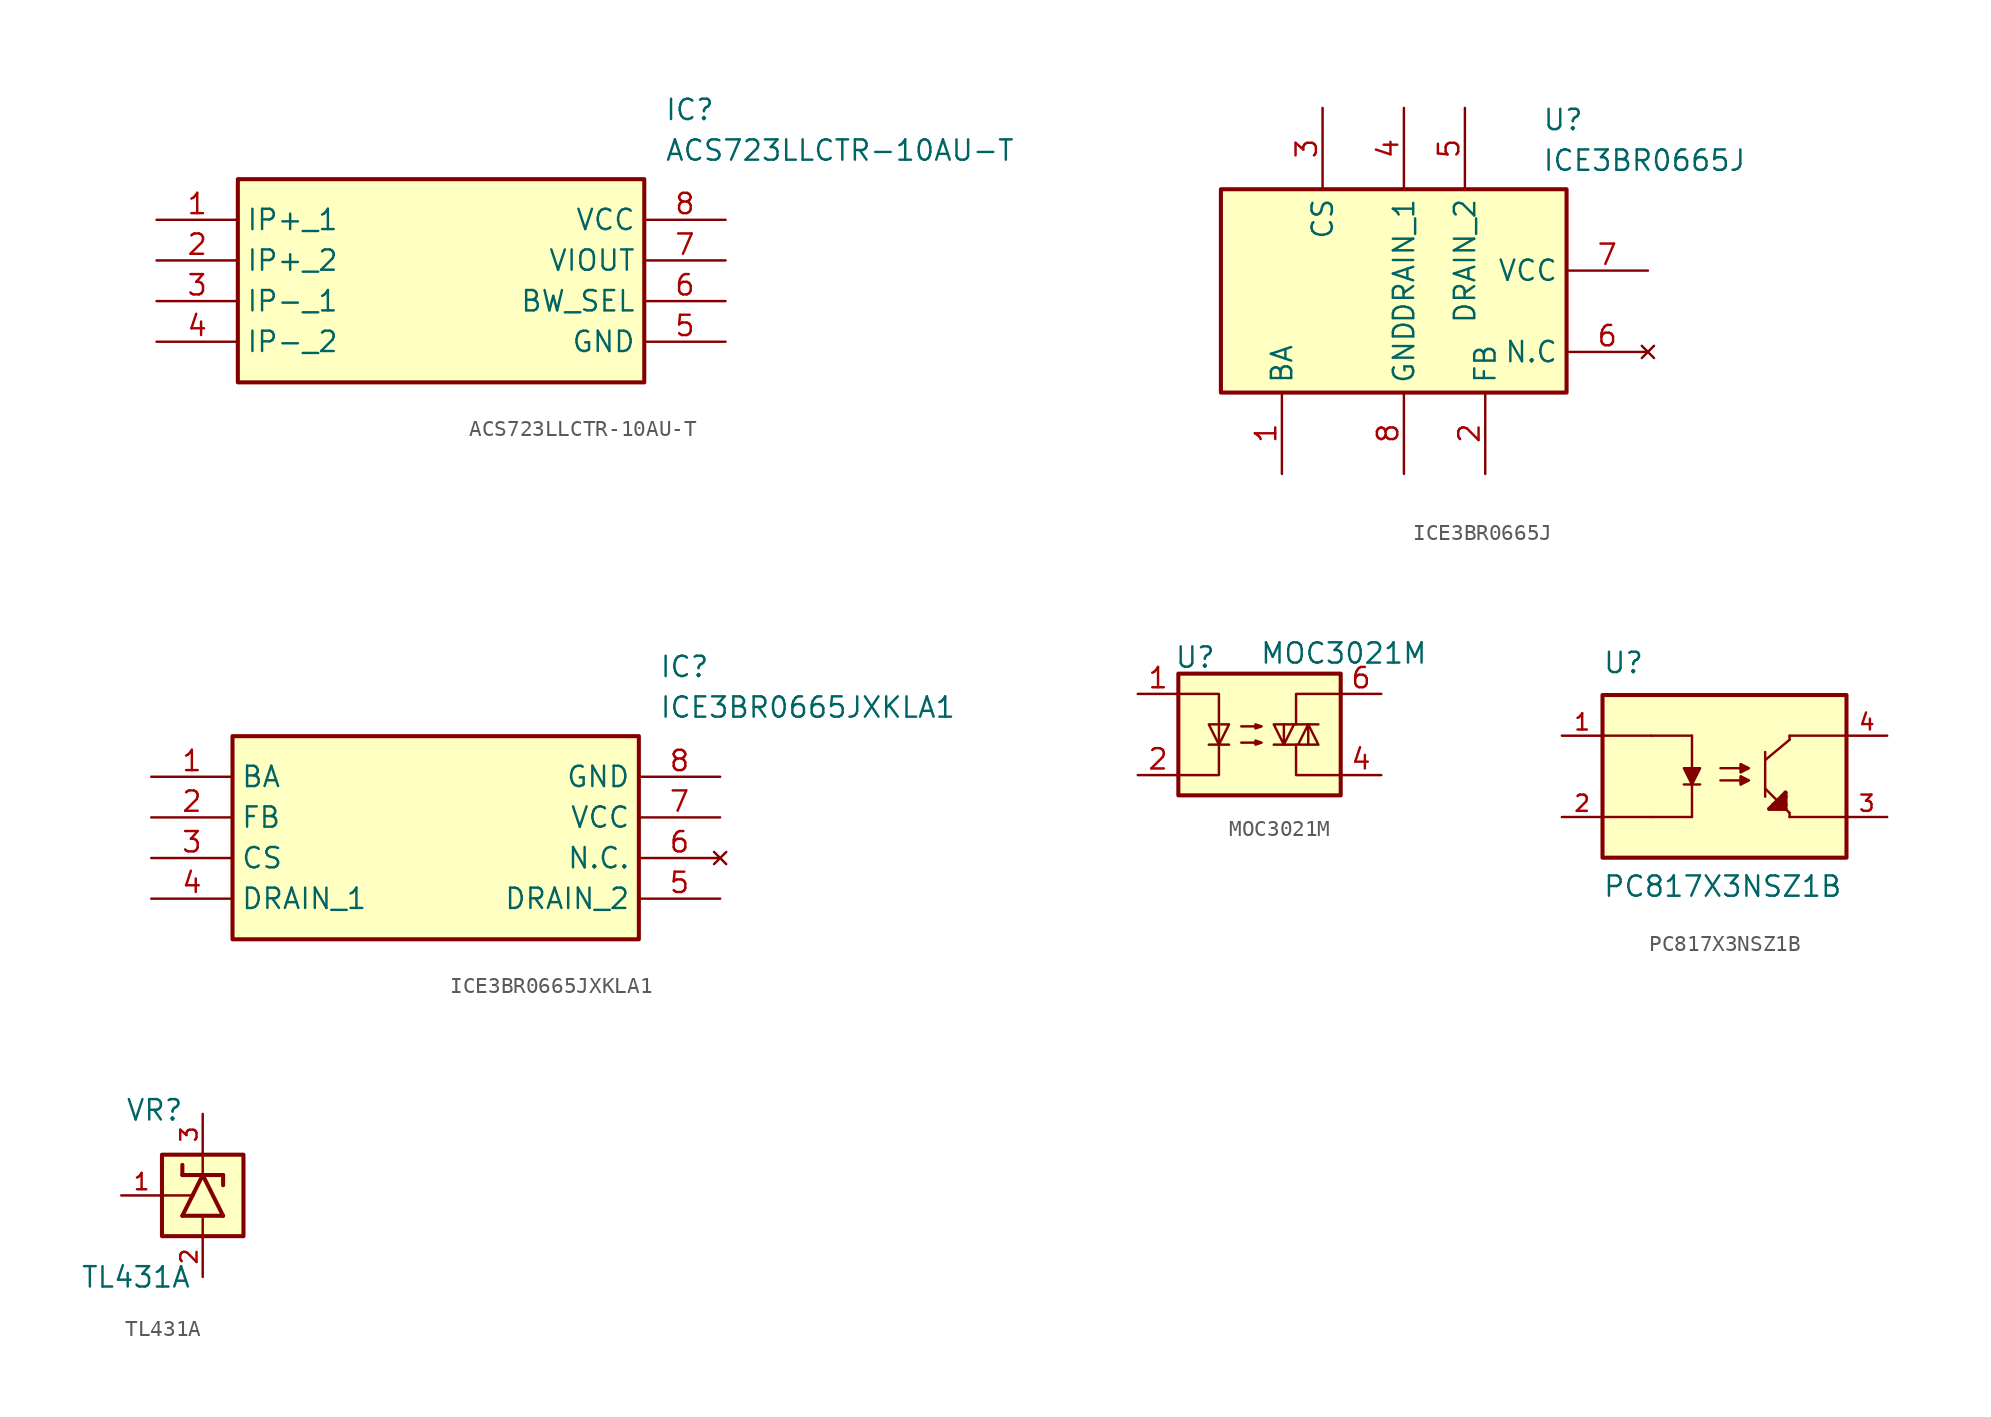
<source format=kicad_sym>
(kicad_symbol_lib
  (version 20241209)
  (generator "kicad_symbol_editor")
  (generator_version "9.0")
  (symbol "ACS723LLCTR-10AU-T"
    (property "Reference" "IC"
      (at 31.75 7.62 0)
      (effects (font (size 1.27 1.27)) (justify left top)))
    (property "Value" "ACS723LLCTR-10AU-T"
      (at 31.75 5.08 0)
      (effects (font (size 1.27 1.27)) (justify left top)))
    (symbol "ACS723LLCTR-10AU-T_1_1"
      (rectangle (start 5.08 2.54) (end 30.48 -10.16) (stroke (width 0.254) (type default)) (fill (type background)))
      (pin passive line (at 0 0 0) (length 5.08) (name "IP+_1" (effects (font (size 1.27 1.27)))) (number "1" (effects (font (size 1.27 1.27)))))
      (pin passive line (at 0 -2.54 0) (length 5.08) (name "IP+_2" (effects (font (size 1.27 1.27)))) (number "2" (effects (font (size 1.27 1.27)))))
      (pin passive line (at 0 -5.08 0) (length 5.08) (name "IP-_1" (effects (font (size 1.27 1.27)))) (number "3" (effects (font (size 1.27 1.27)))))
      (pin passive line (at 0 -7.62 0) (length 5.08) (name "IP-_2" (effects (font (size 1.27 1.27)))) (number "4" (effects (font (size 1.27 1.27)))))
      (pin passive line (at 35.56 0 180) (length 5.08) (name "VCC" (effects (font (size 1.27 1.27)))) (number "8" (effects (font (size 1.27 1.27)))))
      (pin passive line (at 35.56 -2.54 180) (length 5.08) (name "VIOUT" (effects (font (size 1.27 1.27)))) (number "7" (effects (font (size 1.27 1.27)))))
      (pin passive line (at 35.56 -5.08 180) (length 5.08) (name "BW_SEL" (effects (font (size 1.27 1.27)))) (number "6" (effects (font (size 1.27 1.27)))))
      (pin passive line (at 35.56 -7.62 180) (length 5.08) (name "GND" (effects (font (size 1.27 1.27)))) (number "5" (effects (font (size 1.27 1.27)))))))
  (symbol "ICE3BR0665J"
    (property "Reference" "U"
      (at 28.956 7.62 0)
      (effects (font (size 1.27 1.27)) (justify left top)))
    (property "Value" "ICE3BR0665J"
      (at 28.956 5.08 0)
      (effects (font (size 1.27 1.27)) (justify left top)))
    (symbol "ICE3BR0665J_1_1"
      (rectangle (start 8.89 2.54) (end 30.48 -10.16) (stroke (width 0.254) (type default)) (fill (type background)))
      (pin passive line (at 12.7 -15.24 90) (length 5.08) (name "BA" (effects (font (size 1.27 1.27)))) (number "1" (effects (font (size 1.27 1.27)))))
      (pin passive line (at 15.24 7.62 270) (length 5.08) (name "CS" (effects (font (size 1.27 1.27)))) (number "3" (effects (font (size 1.27 1.27)))))
      (pin passive line (at 20.32 7.62 270) (length 5.08) (name "DRAIN_1" (effects (font (size 1.27 1.27)))) (number "4" (effects (font (size 1.27 1.27)))))
      (pin passive line (at 20.32 -15.24 90) (length 5.08) (name "GND" (effects (font (size 1.27 1.27)))) (number "8" (effects (font (size 1.27 1.27)))))
      (pin passive line (at 24.13 7.62 270) (length 5.08) (name "DRAIN_2" (effects (font (size 1.27 1.27)))) (number "5" (effects (font (size 1.27 1.27)))))
      (pin passive line (at 25.4 -15.24 90) (length 5.08) (name "FB" (effects (font (size 1.27 1.27)))) (number "2" (effects (font (size 1.27 1.27)))))
      (pin passive line (at 35.56 -2.54 180) (length 5.08) (name "VCC" (effects (font (size 1.27 1.27)))) (number "7" (effects (font (size 1.27 1.27)))))
      (pin no_connect line (at 35.56 -7.62 180) (length 5.08) (name "N.C" (effects (font (size 1.27 1.27)))) (number "6" (effects (font (size 1.27 1.27)))))))
  (symbol "ICE3BR0665JXKLA1"
    (property "Reference" "IC"
      (at 31.75 7.62 0)
      (effects (font (size 1.27 1.27)) (justify left top)))
    (property "Value" "ICE3BR0665JXKLA1"
      (at 31.75 5.08 0)
      (effects (font (size 1.27 1.27)) (justify left top)))
    (symbol "ICE3BR0665JXKLA1_1_1"
      (rectangle (start 5.08 2.54) (end 30.48 -10.16) (stroke (width 0.254) (type default)) (fill (type background)))
      (pin passive line (at 0 0 0) (length 5.08) (name "BA" (effects (font (size 1.27 1.27)))) (number "1" (effects (font (size 1.27 1.27)))))
      (pin passive line (at 0 -2.54 0) (length 5.08) (name "FB" (effects (font (size 1.27 1.27)))) (number "2" (effects (font (size 1.27 1.27)))))
      (pin passive line (at 0 -5.08 0) (length 5.08) (name "CS" (effects (font (size 1.27 1.27)))) (number "3" (effects (font (size 1.27 1.27)))))
      (pin passive line (at 0 -7.62 0) (length 5.08) (name "DRAIN_1" (effects (font (size 1.27 1.27)))) (number "4" (effects (font (size 1.27 1.27)))))
      (pin passive line (at 35.56 0 180) (length 5.08) (name "GND" (effects (font (size 1.27 1.27)))) (number "8" (effects (font (size 1.27 1.27)))))
      (pin passive line (at 35.56 -2.54 180) (length 5.08) (name "VCC" (effects (font (size 1.27 1.27)))) (number "7" (effects (font (size 1.27 1.27)))))
      (pin no_connect line (at 35.56 -5.08 180) (length 5.08) (name "N.C." (effects (font (size 1.27 1.27)))) (number "6" (effects (font (size 1.27 1.27)))))
      (pin passive line (at 35.56 -7.62 180) (length 5.08) (name "DRAIN_2" (effects (font (size 1.27 1.27)))) (number "5" (effects (font (size 1.27 1.27)))))))
  (symbol "MOC3021M"
    (property "Reference" "U"
      (at -5.334 4.826 0)
      (effects (font (size 1.27 1.27)) (justify left)))
    (property "Value" "MOC3021M"
      (at 0 5.08 0)
      (effects (font (size 1.27 1.27)) (justify left)))
    (symbol "MOC3021M_0_1"
      (polyline (pts (xy -5.08 2.54) (xy -2.54 2.54) (xy -2.54 -2.54) (xy -5.08 -2.54)) (stroke (width 0) (type default)) (fill (type none)))
      (polyline (pts (xy -3.175 -0.635) (xy -1.905 -0.635)) (stroke (width 0) (type default)) (fill (type none)))
      (polyline (pts (xy -2.54 -0.635) (xy -3.175 0.635) (xy -1.905 0.635) (xy -2.54 -0.635)) (stroke (width 0) (type default)) (fill (type none)))
      (polyline (pts (xy -1.143 0.508) (xy 0.127 0.508) (xy -0.254 0.381) (xy -0.254 0.635) (xy 0.127 0.508)) (stroke (width 0) (type default)) (fill (type none)))
      (polyline (pts (xy -1.143 -0.508) (xy 0.127 -0.508) (xy -0.254 -0.635) (xy -0.254 -0.381) (xy 0.127 -0.508)) (stroke (width 0) (type default)) (fill (type none)))
      (polyline (pts (xy 0.889 -0.635) (xy 3.683 -0.635) (xy 3.048 0.635) (xy 2.413 -0.635)) (stroke (width 0) (type default)) (fill (type none)))
      (polyline (pts (xy 1.524 -0.635) (xy 1.524 0.635)) (stroke (width 0) (type default)) (fill (type none)))
      (polyline (pts (xy 2.286 0.635) (xy 2.286 2.54) (xy 5.08 2.54)) (stroke (width 0) (type default)) (fill (type none)))
      (polyline (pts (xy 2.286 -0.635) (xy 2.286 -2.54) (xy 5.08 -2.54)) (stroke (width 0) (type default)) (fill (type none)))
      (polyline (pts (xy 3.048 0.635) (xy 3.048 -0.635)) (stroke (width 0) (type default)) (fill (type none)))
      (polyline (pts (xy 3.683 0.635) (xy 0.889 0.635) (xy 1.524 -0.635) (xy 2.159 0.635)) (stroke (width 0) (type default)) (fill (type none))))
    (symbol "MOC3021M_1_1"
      (rectangle (start -5.08 3.81) (end 5.08 -3.81) (stroke (width 0.254) (type solid)) (fill (type background)))
      (pin passive line (at -7.62 2.54 0) (length 2.54) (name "~" (effects (font (size 1.27 1.27)))) (number "1" (effects (font (size 1.27 1.27)))))
      (pin passive line (at -7.62 -2.54 0) (length 2.54) (name "~" (effects (font (size 1.27 1.27)))) (number "2" (effects (font (size 1.27 1.27)))))
      (pin no_connect line (at -5.08 0 0) (length 2.54) (hide yes) (name "" (effects (font (size 1.27 1.27)))) (number "3" (effects (font (size 1.27 1.27)))))
      (pin no_connect line (at 5.08 0 180) (length 2.54) (hide yes) (name "" (effects (font (size 1.27 1.27)))) (number "5" (effects (font (size 1.27 1.27)))))
      (pin passive line (at 7.62 2.54 180) (length 2.54) (name "~" (effects (font (size 1.27 1.27)))) (number "6" (effects (font (size 1.27 1.27)))))
      (pin passive line (at 7.62 -2.54 180) (length 2.54) (name "~" (effects (font (size 1.27 1.27)))) (number "4" (effects (font (size 1.27 1.27)))))))
  (symbol "PC817X3NSZ1B"
    (pin_names
      (offset 1.016))
    (property "Reference" "U"
      (at -7.62 6.35 0)
      (effects (font (size 1.27 1.27)) (justify left bottom)))
    (property "Value" "PC817X3NSZ1B"
      (at -7.62 -7.62 0)
      (effects (font (size 1.27 1.27)) (justify left bottom)))
    (symbol "PC817X3NSZ1B_0_0"
      (polyline (pts (xy -7.62 2.54) (xy -4.572 2.54)) (stroke (width 0.152) (type default)) (fill (type none)))
      (rectangle (start -7.62 -5.08) (end 7.62 5.08) (stroke (width 0.254) (type default)) (fill (type background)))
      (polyline (pts (xy -4.572 2.54) (xy -2.032 2.54)) (stroke (width 0.152) (type default)) (fill (type none)))
      (polyline (pts (xy -4.572 -2.54) (xy -7.62 -2.54)) (stroke (width 0.152) (type default)) (fill (type none)))
      (polyline (pts (xy -2.54 0.508) (xy -1.524 0.508) (xy -2.032 -0.508) (xy -2.54 0.508)) (stroke (width 0.152) (type default)) (fill (type outline)))
      (polyline (pts (xy -2.54 -0.508) (xy -1.524 -0.508)) (stroke (width 0.152) (type default)) (fill (type none)))
      (polyline (pts (xy -2.032 2.54) (xy -2.032 0.508)) (stroke (width 0.152) (type default)) (fill (type none)))
      (polyline (pts (xy -2.032 -0.508) (xy -2.032 -2.54)) (stroke (width 0.152) (type default)) (fill (type none)))
      (polyline (pts (xy -2.032 -2.54) (xy -4.572 -2.54)) (stroke (width 0.152) (type default)) (fill (type none)))
      (polyline (pts (xy -0.254 0.508) (xy 1.016 0.508)) (stroke (width 0.152) (type default)) (fill (type none)))
      (polyline (pts (xy -0.254 -0.254) (xy 1.016 -0.254)) (stroke (width 0.152) (type default)) (fill (type none)))
      (polyline (pts (xy 1.016 0.762) (xy 1.524 0.508) (xy 1.016 0.254) (xy 1.016 0.762)) (stroke (width 0.152) (type default)) (fill (type outline)))
      (polyline (pts (xy 1.016 0.254) (xy 1.016 0.762)) (stroke (width 0.152) (type default)) (fill (type none)))
      (polyline (pts (xy 1.016 0) (xy 1.524 -0.254) (xy 1.016 -0.508) (xy 1.016 0)) (stroke (width 0.152) (type default)) (fill (type outline)))
      (polyline (pts (xy 1.016 -0.508) (xy 1.016 0)) (stroke (width 0.152) (type default)) (fill (type none)))
      (polyline (pts (xy 2.54 1.016) (xy 2.54 1.524)) (stroke (width 0.152) (type default)) (fill (type none)))
      (polyline (pts (xy 2.54 1.016) (xy 2.54 -0.762)) (stroke (width 0.152) (type default)) (fill (type none)))
      (polyline (pts (xy 2.54 -0.762) (xy 2.54 -1.27)) (stroke (width 0.152) (type default)) (fill (type none)))
      (polyline (pts (xy 2.54 -0.762) (xy 3.81 -2.032)) (stroke (width 0.152) (type default)) (fill (type none)))
      (polyline (pts (xy 2.794 -2.032) (xy 3.556 -2.032)) (stroke (width 0.254) (type default)) (fill (type none)))
      (polyline (pts (xy 3.048 -1.778) (xy 2.794 -2.032)) (stroke (width 0.254) (type default)) (fill (type none)))
      (polyline (pts (xy 3.048 -1.778) (xy 3.302 -1.778)) (stroke (width 0.254) (type default)) (fill (type none)))
      (polyline (pts (xy 3.302 -1.778) (xy 3.556 -2.032)) (stroke (width 0.254) (type default)) (fill (type none)))
      (polyline (pts (xy 3.556 -1.524) (xy 3.302 -1.778)) (stroke (width 0.254) (type default)) (fill (type none)))
      (polyline (pts (xy 3.556 -1.524) (xy 3.81 -1.27)) (stroke (width 0.254) (type default)) (fill (type none)))
      (polyline (pts (xy 3.556 -2.032) (xy 3.556 -1.524)) (stroke (width 0.254) (type default)) (fill (type none)))
      (polyline (pts (xy 3.556 -2.032) (xy 3.81 -2.032)) (stroke (width 0.254) (type default)) (fill (type none)))
      (polyline (pts (xy 3.81 -1.016) (xy 3.048 -1.778)) (stroke (width 0.254) (type default)) (fill (type none)))
      (polyline (pts (xy 3.81 -1.27) (xy 3.81 -1.016)) (stroke (width 0.254) (type default)) (fill (type none)))
      (polyline (pts (xy 3.81 -1.778) (xy 3.556 -1.524)) (stroke (width 0.254) (type default)) (fill (type none)))
      (polyline (pts (xy 3.81 -1.778) (xy 3.81 -1.27)) (stroke (width 0.254) (type default)) (fill (type none)))
      (polyline (pts (xy 3.81 -2.032) (xy 3.81 -1.778)) (stroke (width 0.254) (type default)) (fill (type none)))
      (polyline (pts (xy 3.81 -2.032) (xy 4.064 -2.286)) (stroke (width 0.152) (type default)) (fill (type none)))
      (polyline (pts (xy 4.064 2.54) (xy 4.064 2.286)) (stroke (width 0.152) (type default)) (fill (type none)))
      (polyline (pts (xy 4.064 2.286) (xy 2.54 1.016)) (stroke (width 0.152) (type default)) (fill (type none)))
      (polyline (pts (xy 4.064 -2.286) (xy 4.064 -2.54)) (stroke (width 0.152) (type default)) (fill (type none)))
      (polyline (pts (xy 4.064 -2.54) (xy 7.62 -2.54)) (stroke (width 0.152) (type default)) (fill (type none)))
      (polyline (pts (xy 7.62 2.54) (xy 4.064 2.54)) (stroke (width 0.152) (type default)) (fill (type none)))
      (pin passive line (at -10.16 2.54 0) (length 2.54) (name "~" (effects (font (size 1.016 1.016)))) (number "1" (effects (font (size 1.016 1.016)))))
      (pin passive line (at -10.16 -2.54 0) (length 2.54) (name "~" (effects (font (size 1.016 1.016)))) (number "2" (effects (font (size 1.016 1.016)))))
      (pin passive line (at 10.16 2.54 180) (length 2.54) (name "~" (effects (font (size 1.016 1.016)))) (number "4" (effects (font (size 1.016 1.016)))))
      (pin passive line (at 10.16 -2.54 180) (length 2.54) (name "~" (effects (font (size 1.016 1.016)))) (number "3" (effects (font (size 1.016 1.016)))))))
  (symbol "TL431A"
    (pin_names
      (offset 1.016))
    (property "Reference" "VR"
      (at -4.826 4.572 0)
      (effects (font (size 1.27 1.27)) (justify left bottom)))
    (property "Value" "TL431A"
      (at -7.62 -5.842 0)
      (effects (font (size 1.27 1.27)) (justify left bottom)))
    (symbol "TL431A_0_0"
      (polyline (pts (xy -2.54 0) (xy -0.635 0)) (stroke (width 0.152) (type default)) (fill (type none)))
      (rectangle (start -2.54 -2.54) (end 2.54 2.54) (stroke (width 0.254) (type default)) (fill (type background)))
      (polyline (pts (xy -1.27 1.905) (xy -1.27 1.27)) (stroke (width 0.254) (type default)) (fill (type none)))
      (polyline (pts (xy -1.27 1.27) (xy 0 1.27)) (stroke (width 0.254) (type default)) (fill (type none)))
      (polyline (pts (xy -1.27 -1.27) (xy 0 -1.27)) (stroke (width 0.254) (type default)) (fill (type none)))
      (polyline (pts (xy -0.635 0) (xy -1.27 -1.27)) (stroke (width 0.254) (type default)) (fill (type none)))
      (polyline (pts (xy 0 2.54) (xy 0 1.27)) (stroke (width 0.152) (type default)) (fill (type none)))
      (polyline (pts (xy 0 1.27) (xy -0.635 0)) (stroke (width 0.254) (type default)) (fill (type none)))
      (polyline (pts (xy 0 1.27) (xy 1.27 1.27)) (stroke (width 0.254) (type default)) (fill (type none)))
      (polyline (pts (xy 0 -1.27) (xy 1.27 -1.27)) (stroke (width 0.254) (type default)) (fill (type none)))
      (polyline (pts (xy 0 -2.54) (xy 0 -1.27)) (stroke (width 0.152) (type default)) (fill (type none)))
      (polyline (pts (xy 1.27 1.27) (xy 1.27 0.635)) (stroke (width 0.254) (type default)) (fill (type none)))
      (polyline (pts (xy 1.27 -1.27) (xy 0 1.27)) (stroke (width 0.254) (type default)) (fill (type none)))
      (pin passive line (at 0 -5.08 90) (length 2.54) (name "~" (effects (font (size 1.016 1.016)))) (number "2" (effects (font (size 1.016 1.016))))))
    (symbol "TL431A_1_0"
      (pin passive line (at -5.08 0 0) (length 2.54) (name "~" (effects (font (size 1.016 1.016)))) (number "1" (effects (font (size 1.016 1.016)))))
      (pin passive line (at 0 5.08 270) (length 2.54) (name "~" (effects (font (size 1.016 1.016)))) (number "3" (effects (font (size 1.016 1.016))))))))
</source>
